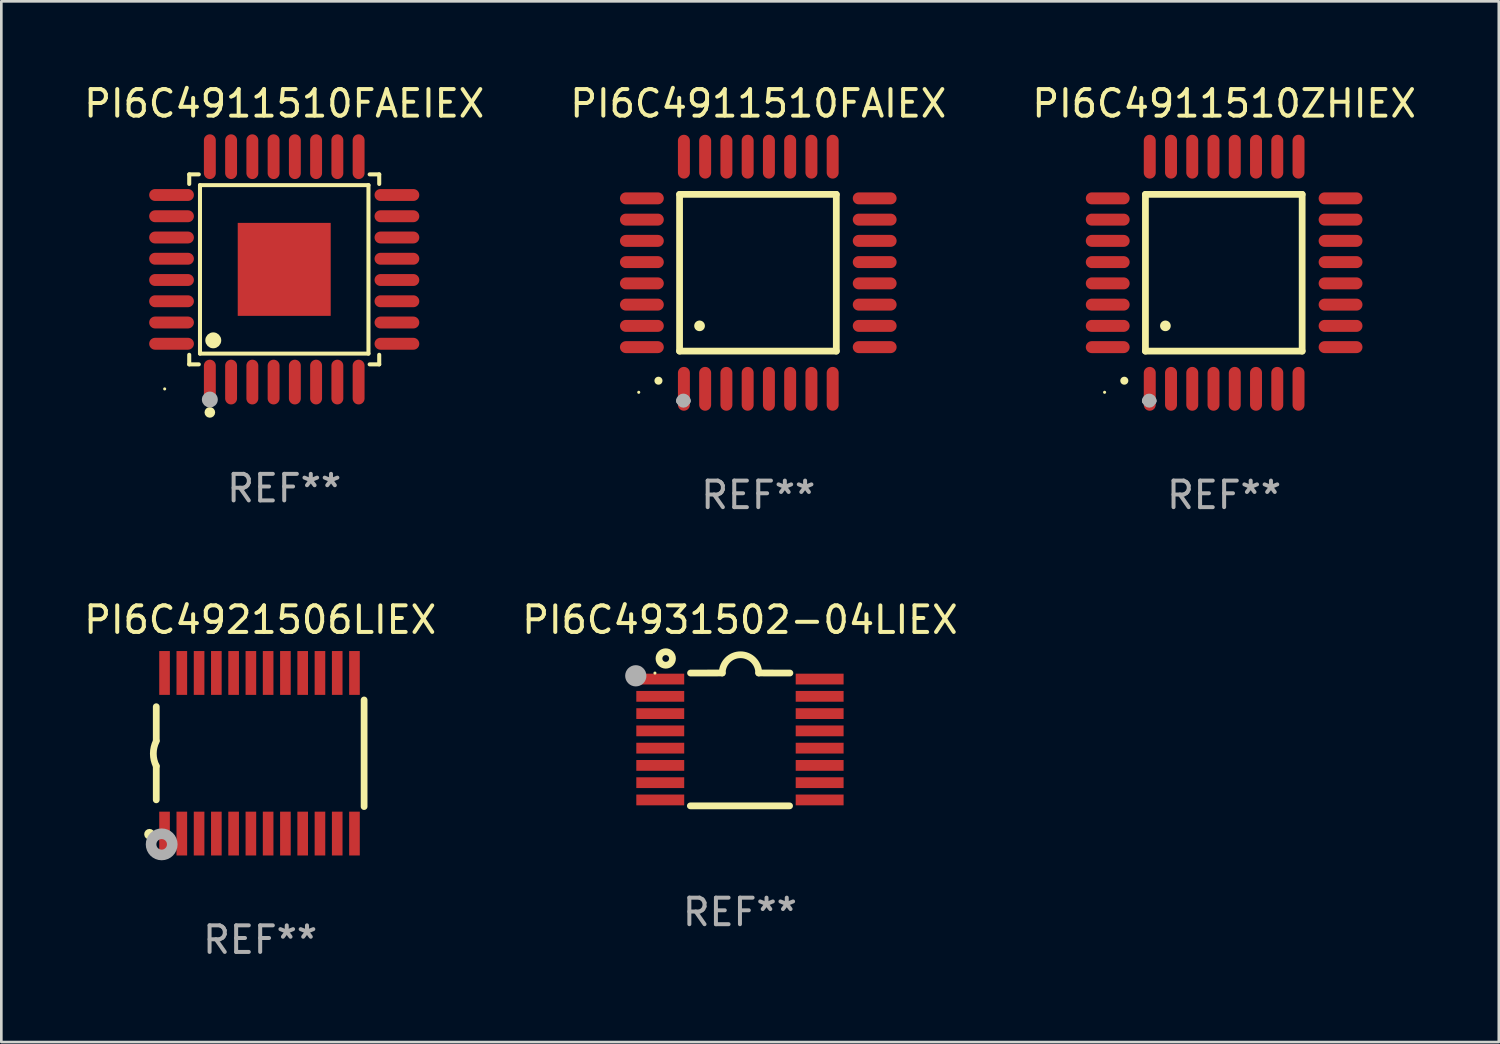
<source format=kicad_pcb>
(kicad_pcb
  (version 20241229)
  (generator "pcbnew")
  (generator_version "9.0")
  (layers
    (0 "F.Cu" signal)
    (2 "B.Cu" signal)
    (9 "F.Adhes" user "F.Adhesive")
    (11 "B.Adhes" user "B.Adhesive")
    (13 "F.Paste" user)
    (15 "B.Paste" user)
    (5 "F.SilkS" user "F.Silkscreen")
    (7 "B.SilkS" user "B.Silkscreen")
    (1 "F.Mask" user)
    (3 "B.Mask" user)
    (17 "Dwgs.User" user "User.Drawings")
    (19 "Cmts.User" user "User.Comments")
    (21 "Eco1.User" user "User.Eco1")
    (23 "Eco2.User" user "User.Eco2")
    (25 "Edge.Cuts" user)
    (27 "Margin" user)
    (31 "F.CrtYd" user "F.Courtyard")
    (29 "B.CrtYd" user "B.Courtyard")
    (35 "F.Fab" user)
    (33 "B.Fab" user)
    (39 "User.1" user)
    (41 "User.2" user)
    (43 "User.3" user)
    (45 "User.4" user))
  (footprint "PI6C4921506LIEX"
    (layer "F.Cu")
    (at 6.744 25.305)
    (property "Reference" "PI6C4921506LIEX" (at 0 -5.023 0) (layer "F.SilkS") (effects (font (size 1 1) (thickness 0.15))))
    (attr through_hole)
    (fp_line (start -3.912 -0.483) (end -3.912 -1.753) (stroke (width 0.254) (type solid)) (layer "F.SilkS"))
    (fp_line (start -3.912 1.753) (end -3.912 0.483) (stroke (width 0.254) (type solid)) (layer "F.SilkS"))
    (fp_line (start 3.912 -2.007) (end 3.912 2.007) (stroke (width 0.254) (type solid)) (layer "F.SilkS"))
    (fp_arc (start -3.911608 0.482601) (mid -4.022537 0.0127) (end -3.911608 -0.457201) (stroke (width 0.254001) (type solid)) (layer "F.SilkS"))
    (fp_circle (center -4.166 3.048) (end -4.066 3.048) (stroke (width 0.2) (type solid)) (fill no) (layer "F.SilkS"))
    (fp_circle (center -3.925 3.186) (end -3.895 3.186) (stroke (width 0.06) (type solid)) (fill no) (layer "F.SilkS"))
    (fp_circle (center -3.708 3.429) (end -3.509 3.429) (stroke (width 0.4) (type solid)) (fill no) (layer "F.Fab"))
    (fp_text user "REF**" (at 0 7.023 0) (layer "F.Fab") (effects (font (size 1 1) (thickness 0.15))))
    (pad "1" smd rect (at -3.6 3.023) (size 0.4 1.65) (layers "F.Cu" "F.Mask" "F.Paste"))
    (pad "2" smd rect (at -2.95 3.023) (size 0.4 1.65) (layers "F.Cu" "F.Mask" "F.Paste"))
    (pad "3" smd rect (at -2.3 3.023) (size 0.4 1.65) (layers "F.Cu" "F.Mask" "F.Paste"))
    (pad "4" smd rect (at -1.65 3.023) (size 0.4 1.65) (layers "F.Cu" "F.Mask" "F.Paste"))
    (pad "5" smd rect (at -1 3.023) (size 0.4 1.65) (layers "F.Cu" "F.Mask" "F.Paste"))
    (pad "6" smd rect (at -0.35 3.023) (size 0.4 1.65) (layers "F.Cu" "F.Mask" "F.Paste"))
    (pad "7" smd rect (at 0.299 3.023) (size 0.4 1.65) (layers "F.Cu" "F.Mask" "F.Paste"))
    (pad "8" smd rect (at 0.95 3.023) (size 0.4 1.65) (layers "F.Cu" "F.Mask" "F.Paste"))
    (pad "9" smd rect (at 1.6 3.023) (size 0.4 1.65) (layers "F.Cu" "F.Mask" "F.Paste"))
    (pad "10" smd rect (at 2.25 3.023) (size 0.4 1.65) (layers "F.Cu" "F.Mask" "F.Paste"))
    (pad "11" smd rect (at 2.9 3.023) (size 0.4 1.65) (layers "F.Cu" "F.Mask" "F.Paste"))
    (pad "12" smd rect (at 3.549 3.023) (size 0.4 1.65) (layers "F.Cu" "F.Mask" "F.Paste"))
    (pad "13" smd rect (at 3.549 -3.023) (size 0.4 1.65) (layers "F.Cu" "F.Mask" "F.Paste"))
    (pad "14" smd rect (at 2.9 -3.023) (size 0.4 1.65) (layers "F.Cu" "F.Mask" "F.Paste"))
    (pad "15" smd rect (at 2.25 -3.023) (size 0.4 1.65) (layers "F.Cu" "F.Mask" "F.Paste"))
    (pad "16" smd rect (at 1.6 -3.023) (size 0.4 1.65) (layers "F.Cu" "F.Mask" "F.Paste"))
    (pad "17" smd rect (at 0.95 -3.023) (size 0.4 1.65) (layers "F.Cu" "F.Mask" "F.Paste"))
    (pad "18" smd rect (at 0.299 -3.023) (size 0.4 1.65) (layers "F.Cu" "F.Mask" "F.Paste"))
    (pad "19" smd rect (at -0.35 -3.023) (size 0.4 1.65) (layers "F.Cu" "F.Mask" "F.Paste"))
    (pad "20" smd rect (at -1 -3.023) (size 0.4 1.65) (layers "F.Cu" "F.Mask" "F.Paste"))
    (pad "21" smd rect (at -1.65 -3.023) (size 0.4 1.65) (layers "F.Cu" "F.Mask" "F.Paste"))
    (pad "22" smd rect (at -2.3 -3.023) (size 0.4 1.65) (layers "F.Cu" "F.Mask" "F.Paste"))
    (pad "23" smd rect (at -2.95 -3.023) (size 0.4 1.65) (layers "F.Cu" "F.Mask" "F.Paste"))
    (pad "24" smd rect (at -3.6 -3.023) (size 0.4 1.65) (layers "F.Cu" "F.Mask" "F.Paste")))
  (footprint "PI6C4931502-04LIEX"
    (layer "F.Cu")
    (at 24.804 24.784)
    (property "Reference" "PI6C4931502-04LIEX" (at 0 -4.501 0) (layer "F.SilkS") (effects (font (size 1 1) (thickness 0.15))))
    (attr through_hole)
    (fp_line (start -1.868 2.501) (end 1.868 2.501) (stroke (width 0.254) (type solid)) (layer "F.SilkS"))
    (fp_line (start -1.86 -2.499) (end -0.666 -2.501) (stroke (width 0.254) (type solid)) (layer "F.SilkS"))
    (fp_line (start 0.706 -2.501) (end 1.88 -2.499) (stroke (width 0.254) (type solid)) (layer "F.SilkS"))
    (fp_arc (start -0.665914 -2.501448) (mid 0.019888 -3.18725) (end 0.70569 -2.501448) (stroke (width 0.254001) (type solid)) (layer "F.SilkS"))
    (fp_circle (center -3.2 -2.497) (end -3.17 -2.497) (stroke (width 0.06) (type solid)) (fill no) (layer "F.SilkS"))
    (fp_circle (center -2.794 -3.047) (end -2.54 -3.047) (stroke (width 0.254) (type solid)) (fill no) (layer "F.SilkS"))
    (fp_circle (center -3.921 -2.395) (end -3.721 -2.395) (stroke (width 0.4) (type solid)) (fill no) (layer "F.Fab"))
    (fp_text user "REF**" (at 0 6.501 0) (layer "F.Fab") (effects (font (size 1 1) (thickness 0.15))))
    (pad "1" smd rect (at -3 -2.272) (size 1.803 0.406) (layers "F.Cu" "F.Mask" "F.Paste"))
    (pad "2" smd rect (at -3 -1.622) (size 1.803 0.406) (layers "F.Cu" "F.Mask" "F.Paste"))
    (pad "3" smd rect (at -3 -0.972) (size 1.803 0.406) (layers "F.Cu" "F.Mask" "F.Paste"))
    (pad "4" smd rect (at -3 -0.322) (size 1.803 0.406) (layers "F.Cu" "F.Mask" "F.Paste"))
    (pad "5" smd rect (at -3 0.328) (size 1.803 0.406) (layers "F.Cu" "F.Mask" "F.Paste"))
    (pad "6" smd rect (at -3 0.978) (size 1.803 0.406) (layers "F.Cu" "F.Mask" "F.Paste"))
    (pad "7" smd rect (at -3 1.628) (size 1.803 0.406) (layers "F.Cu" "F.Mask" "F.Paste"))
    (pad "8" smd rect (at -3 2.278) (size 1.803 0.406) (layers "F.Cu" "F.Mask" "F.Paste"))
    (pad "9" smd rect (at 3 2.278) (size 1.803 0.406) (layers "F.Cu" "F.Mask" "F.Paste"))
    (pad "10" smd rect (at 3 1.628) (size 1.803 0.406) (layers "F.Cu" "F.Mask" "F.Paste"))
    (pad "11" smd rect (at 3 0.978) (size 1.803 0.406) (layers "F.Cu" "F.Mask" "F.Paste"))
    (pad "12" smd rect (at 3 0.328) (size 1.803 0.406) (layers "F.Cu" "F.Mask" "F.Paste"))
    (pad "13" smd rect (at 3 -0.322) (size 1.803 0.406) (layers "F.Cu" "F.Mask" "F.Paste"))
    (pad "14" smd rect (at 3 -0.972) (size 1.803 0.406) (layers "F.Cu" "F.Mask" "F.Paste"))
    (pad "15" smd rect (at 3 -1.622) (size 1.803 0.406) (layers "F.Cu" "F.Mask" "F.Paste"))
    (pad "16" smd rect (at 3 -2.272) (size 1.803 0.406) (layers "F.Cu" "F.Mask" "F.Paste")))
  (footprint "PI6C4911510FAIEX"
    (layer "F.Cu")
    (at 25.494 7.217)
    (property "Reference" "PI6C4911510FAIEX" (at 0 -6.369 0) (layer "F.SilkS") (effects (font (size 1 1) (thickness 0.15))))
    (attr through_hole)
    (fp_line (start -2.963 -2.95) (end -2.963 2.95) (stroke (width 0.254) (type solid)) (layer "F.SilkS"))
    (fp_line (start -2.963 2.95) (end 2.937 2.95) (stroke (width 0.254) (type solid)) (layer "F.SilkS"))
    (fp_line (start 2.937 -2.95) (end -2.963 -2.95) (stroke (width 0.254) (type solid)) (layer "F.SilkS"))
    (fp_line (start 2.937 2.95) (end 2.937 -2.95) (stroke (width 0.254) (type solid)) (layer "F.SilkS"))
    (fp_arc (start -3.759208 4.064008) (mid -3.757938 4.064003) (end -3.756668 4.064008) (stroke (width 0.3) (type solid)) (layer "F.SilkS"))
    (fp_arc (start -2.212344 1.998984) (mid -2.211074 1.99898) (end -2.209804 1.998984) (stroke (width 0.4) (type solid)) (layer "F.SilkS"))
    (fp_circle (center -4.5 4.5) (end -4.47 4.5) (stroke (width 0.06) (type solid)) (fill no) (layer "F.SilkS"))
    (fp_arc (start -2.967489 4.82601) (mid -2.819406 4.677927) (end -2.671323 4.82601) (stroke (width 0.254001) (type solid)) (layer "F.Fab"))
    (fp_arc (start -2.967488 4.82601) (mid -2.819406 4.791053) (end -2.671324 4.82601) (stroke (width 0.254001) (type solid)) (layer "F.Fab"))
    (fp_circle (center -2.819 4.826) (end -2.692 4.826) (stroke (width 0.254) (type solid)) (fill no) (layer "F.Fab"))
    (fp_text user "REF**" (at 0 8.369 0) (layer "F.Fab") (effects (font (size 1 1) (thickness 0.15))))
    (pad "1" smd oval (at -2.8 4.369) (size 0.45 1.65) (layers "F.Cu" "F.Mask" "F.Paste"))
    (pad "2" smd oval (at -2 4.369) (size 0.45 1.65) (layers "F.Cu" "F.Mask" "F.Paste"))
    (pad "3" smd oval (at -1.2 4.369) (size 0.45 1.65) (layers "F.Cu" "F.Mask" "F.Paste"))
    (pad "4" smd oval (at -0.4 4.369) (size 0.45 1.65) (layers "F.Cu" "F.Mask" "F.Paste"))
    (pad "5" smd oval (at 0.4 4.369) (size 0.45 1.65) (layers "F.Cu" "F.Mask" "F.Paste"))
    (pad "6" smd oval (at 1.2 4.369) (size 0.45 1.65) (layers "F.Cu" "F.Mask" "F.Paste"))
    (pad "7" smd oval (at 2 4.369) (size 0.45 1.65) (layers "F.Cu" "F.Mask" "F.Paste"))
    (pad "8" smd oval (at 2.8 4.369) (size 0.45 1.65) (layers "F.Cu" "F.Mask" "F.Paste"))
    (pad "9" smd oval (at 4.382 2.8) (size 1.65 0.45) (layers "F.Cu" "F.Mask" "F.Paste"))
    (pad "10" smd oval (at 4.382 2) (size 1.65 0.45) (layers "F.Cu" "F.Mask" "F.Paste"))
    (pad "11" smd oval (at 4.382 1.2) (size 1.65 0.45) (layers "F.Cu" "F.Mask" "F.Paste"))
    (pad "12" smd oval (at 4.382 0.4) (size 1.65 0.45) (layers "F.Cu" "F.Mask" "F.Paste"))
    (pad "13" smd oval (at 4.382 -0.4) (size 1.65 0.45) (layers "F.Cu" "F.Mask" "F.Paste"))
    (pad "14" smd oval (at 4.382 -1.2) (size 1.65 0.45) (layers "F.Cu" "F.Mask" "F.Paste"))
    (pad "15" smd oval (at 4.382 -2) (size 1.65 0.45) (layers "F.Cu" "F.Mask" "F.Paste"))
    (pad "16" smd oval (at 4.382 -2.8) (size 1.65 0.45) (layers "F.Cu" "F.Mask" "F.Paste"))
    (pad "17" smd oval (at 2.8 -4.369) (size 0.45 1.65) (layers "F.Cu" "F.Mask" "F.Paste"))
    (pad "18" smd oval (at 2 -4.369) (size 0.45 1.65) (layers "F.Cu" "F.Mask" "F.Paste"))
    (pad "19" smd oval (at 1.2 -4.369) (size 0.45 1.65) (layers "F.Cu" "F.Mask" "F.Paste"))
    (pad "20" smd oval (at 0.4 -4.369) (size 0.45 1.65) (layers "F.Cu" "F.Mask" "F.Paste"))
    (pad "21" smd oval (at -0.4 -4.369) (size 0.45 1.65) (layers "F.Cu" "F.Mask" "F.Paste"))
    (pad "22" smd oval (at -1.2 -4.369) (size 0.45 1.65) (layers "F.Cu" "F.Mask" "F.Paste"))
    (pad "23" smd oval (at -2 -4.369) (size 0.45 1.65) (layers "F.Cu" "F.Mask" "F.Paste"))
    (pad "24" smd oval (at -2.8 -4.369) (size 0.45 1.65) (layers "F.Cu" "F.Mask" "F.Paste"))
    (pad "25" smd oval (at -4.382 -2.8) (size 1.65 0.45) (layers "F.Cu" "F.Mask" "F.Paste"))
    (pad "26" smd oval (at -4.382 -2) (size 1.65 0.45) (layers "F.Cu" "F.Mask" "F.Paste"))
    (pad "27" smd oval (at -4.382 -1.2) (size 1.65 0.45) (layers "F.Cu" "F.Mask" "F.Paste"))
    (pad "28" smd oval (at -4.382 -0.4) (size 1.65 0.45) (layers "F.Cu" "F.Mask" "F.Paste"))
    (pad "29" smd oval (at -4.382 0.4) (size 1.65 0.45) (layers "F.Cu" "F.Mask" "F.Paste"))
    (pad "30" smd oval (at -4.382 1.2) (size 1.65 0.45) (layers "F.Cu" "F.Mask" "F.Paste"))
    (pad "31" smd oval (at -4.382 2) (size 1.65 0.45) (layers "F.Cu" "F.Mask" "F.Paste"))
    (pad "32" smd oval (at -4.382 2.8) (size 1.65 0.45) (layers "F.Cu" "F.Mask" "F.Paste")))
  (footprint "PI6C4911510FAEIEX"
    (layer "F.Cu")
    (at 7.649 7.09)
    (property "Reference" "PI6C4911510FAEIEX" (at 0 -6.242 0) (layer "F.SilkS") (effects (font (size 1 1) (thickness 0.15))))
    (attr through_hole)
    (fp_line (start -3.576 -3.576) (end -3.215 -3.576) (stroke (width 0.152) (type solid)) (layer "F.SilkS"))
    (fp_line (start -3.576 -3.215) (end -3.576 -3.576) (stroke (width 0.152) (type solid)) (layer "F.SilkS"))
    (fp_line (start -3.576 3.215) (end -3.576 3.576) (stroke (width 0.152) (type solid)) (layer "F.SilkS"))
    (fp_line (start -3.576 3.576) (end -3.215 3.576) (stroke (width 0.152) (type solid)) (layer "F.SilkS"))
    (fp_line (start -3.171 -3.171) (end 3.171 -3.171) (stroke (width 0.152) (type solid)) (layer "F.SilkS"))
    (fp_line (start -3.171 3.171) (end -3.171 -3.171) (stroke (width 0.152) (type solid)) (layer "F.SilkS"))
    (fp_line (start 3.171 -3.171) (end 3.171 3.171) (stroke (width 0.152) (type solid)) (layer "F.SilkS"))
    (fp_line (start 3.171 3.171) (end -3.171 3.171) (stroke (width 0.152) (type solid)) (layer "F.SilkS"))
    (fp_line (start 3.576 -3.576) (end 3.215 -3.576) (stroke (width 0.152) (type solid)) (layer "F.SilkS"))
    (fp_line (start 3.576 -3.215) (end 3.576 -3.576) (stroke (width 0.152) (type solid)) (layer "F.SilkS"))
    (fp_line (start 3.576 3.215) (end 3.576 3.576) (stroke (width 0.152) (type solid)) (layer "F.SilkS"))
    (fp_line (start 3.576 3.576) (end 3.215 3.576) (stroke (width 0.152) (type solid)) (layer "F.SilkS"))
    (fp_circle (center -4.5 4.5) (end -4.47 4.5) (stroke (width 0.06) (type solid)) (fill no) (layer "F.SilkS"))
    (fp_circle (center -2.8 5.384) (end -2.7 5.384) (stroke (width 0.2) (type solid)) (fill no) (layer "F.SilkS"))
    (fp_circle (center -2.671 2.671) (end -2.521 2.671) (stroke (width 0.3) (type solid)) (fill no) (layer "F.SilkS"))
    (fp_circle (center -2.8 4.9) (end -2.65 4.9) (stroke (width 0.3) (type solid)) (fill no) (layer "F.Fab"))
    (fp_text user "REF**" (at 0 8.242 0) (layer "F.Fab") (effects (font (size 1 1) (thickness 0.15))))
    (pad "1" smd oval (at -2.8 4.242) (size 0.448 1.684) (layers "F.Cu" "F.Mask" "F.Paste"))
    (pad "2" smd oval (at -2 4.242) (size 0.448 1.684) (layers "F.Cu" "F.Mask" "F.Paste"))
    (pad "3" smd oval (at -1.2 4.242) (size 0.448 1.684) (layers "F.Cu" "F.Mask" "F.Paste"))
    (pad "4" smd oval (at -0.4 4.242) (size 0.448 1.684) (layers "F.Cu" "F.Mask" "F.Paste"))
    (pad "5" smd oval (at 0.4 4.242) (size 0.448 1.684) (layers "F.Cu" "F.Mask" "F.Paste"))
    (pad "6" smd oval (at 1.2 4.242) (size 0.448 1.684) (layers "F.Cu" "F.Mask" "F.Paste"))
    (pad "7" smd oval (at 2 4.242) (size 0.448 1.684) (layers "F.Cu" "F.Mask" "F.Paste"))
    (pad "8" smd oval (at 2.8 4.242) (size 0.448 1.684) (layers "F.Cu" "F.Mask" "F.Paste"))
    (pad "9" smd oval (at 4.242 2.8) (size 1.684 0.448) (layers "F.Cu" "F.Mask" "F.Paste"))
    (pad "10" smd oval (at 4.242 2) (size 1.684 0.448) (layers "F.Cu" "F.Mask" "F.Paste"))
    (pad "11" smd oval (at 4.242 1.2) (size 1.684 0.448) (layers "F.Cu" "F.Mask" "F.Paste"))
    (pad "12" smd oval (at 4.242 0.4) (size 1.684 0.448) (layers "F.Cu" "F.Mask" "F.Paste"))
    (pad "13" smd oval (at 4.242 -0.4) (size 1.684 0.448) (layers "F.Cu" "F.Mask" "F.Paste"))
    (pad "14" smd oval (at 4.242 -1.2) (size 1.684 0.448) (layers "F.Cu" "F.Mask" "F.Paste"))
    (pad "15" smd oval (at 4.242 -2) (size 1.684 0.448) (layers "F.Cu" "F.Mask" "F.Paste"))
    (pad "16" smd oval (at 4.242 -2.8) (size 1.684 0.448) (layers "F.Cu" "F.Mask" "F.Paste"))
    (pad "17" smd oval (at 2.8 -4.242) (size 0.448 1.684) (layers "F.Cu" "F.Mask" "F.Paste"))
    (pad "18" smd oval (at 2 -4.242) (size 0.448 1.684) (layers "F.Cu" "F.Mask" "F.Paste"))
    (pad "19" smd oval (at 1.2 -4.242) (size 0.448 1.684) (layers "F.Cu" "F.Mask" "F.Paste"))
    (pad "20" smd oval (at 0.4 -4.242) (size 0.448 1.684) (layers "F.Cu" "F.Mask" "F.Paste"))
    (pad "21" smd oval (at -0.4 -4.242) (size 0.448 1.684) (layers "F.Cu" "F.Mask" "F.Paste"))
    (pad "22" smd oval (at -1.2 -4.242) (size 0.448 1.684) (layers "F.Cu" "F.Mask" "F.Paste"))
    (pad "23" smd oval (at -2 -4.242) (size 0.448 1.684) (layers "F.Cu" "F.Mask" "F.Paste"))
    (pad "24" smd oval (at -2.8 -4.242) (size 0.448 1.684) (layers "F.Cu" "F.Mask" "F.Paste"))
    (pad "25" smd oval (at -4.242 -2.8) (size 1.684 0.448) (layers "F.Cu" "F.Mask" "F.Paste"))
    (pad "26" smd oval (at -4.242 -2) (size 1.684 0.448) (layers "F.Cu" "F.Mask" "F.Paste"))
    (pad "27" smd oval (at -4.242 -1.2) (size 1.684 0.448) (layers "F.Cu" "F.Mask" "F.Paste"))
    (pad "28" smd oval (at -4.242 -0.4) (size 1.684 0.448) (layers "F.Cu" "F.Mask" "F.Paste"))
    (pad "29" smd oval (at -4.242 0.4) (size 1.684 0.448) (layers "F.Cu" "F.Mask" "F.Paste"))
    (pad "30" smd oval (at -4.242 1.2) (size 1.684 0.448) (layers "F.Cu" "F.Mask" "F.Paste"))
    (pad "31" smd oval (at -4.242 2) (size 1.684 0.448) (layers "F.Cu" "F.Mask" "F.Paste"))
    (pad "32" smd oval (at -4.242 2.8) (size 1.684 0.448) (layers "F.Cu" "F.Mask" "F.Paste"))
    (pad "33" smd rect (at 0 0) (size 3.5 3.5) (layers "F.Cu" "F.Mask" "F.Paste")))
  (footprint "PI6C4911510ZHIEX"
    (layer "F.Cu")
    (at 43.03 7.217)
    (property "Reference" "PI6C4911510ZHIEX" (at 0 -6.369 0) (layer "F.SilkS") (effects (font (size 1 1) (thickness 0.15))))
    (attr through_hole)
    (fp_line (start -2.963 -2.95) (end -2.963 2.95) (stroke (width 0.254) (type solid)) (layer "F.SilkS"))
    (fp_line (start -2.963 2.95) (end 2.937 2.95) (stroke (width 0.254) (type solid)) (layer "F.SilkS"))
    (fp_line (start 2.937 -2.95) (end -2.963 -2.95) (stroke (width 0.254) (type solid)) (layer "F.SilkS"))
    (fp_line (start 2.937 2.95) (end 2.937 -2.95) (stroke (width 0.254) (type solid)) (layer "F.SilkS"))
    (fp_arc (start -3.759208 4.064008) (mid -3.757938 4.064003) (end -3.756668 4.064008) (stroke (width 0.3) (type solid)) (layer "F.SilkS"))
    (fp_arc (start -2.212344 1.998984) (mid -2.211074 1.99898) (end -2.209804 1.998984) (stroke (width 0.4) (type solid)) (layer "F.SilkS"))
    (fp_circle (center -4.5 4.5) (end -4.47 4.5) (stroke (width 0.06) (type solid)) (fill no) (layer "F.SilkS"))
    (fp_arc (start -2.967489 4.82601) (mid -2.819406 4.677927) (end -2.671323 4.82601) (stroke (width 0.254001) (type solid)) (layer "F.Fab"))
    (fp_arc (start -2.967488 4.82601) (mid -2.819406 4.791053) (end -2.671324 4.82601) (stroke (width 0.254001) (type solid)) (layer "F.Fab"))
    (fp_circle (center -2.819 4.826) (end -2.692 4.826) (stroke (width 0.254) (type solid)) (fill no) (layer "F.Fab"))
    (fp_text user "REF**" (at 0 8.369 0) (layer "F.Fab") (effects (font (size 1 1) (thickness 0.15))))
    (pad "1" smd oval (at -2.8 4.369) (size 0.45 1.65) (layers "F.Cu" "F.Mask" "F.Paste"))
    (pad "2" smd oval (at -2 4.369) (size 0.45 1.65) (layers "F.Cu" "F.Mask" "F.Paste"))
    (pad "3" smd oval (at -1.2 4.369) (size 0.45 1.65) (layers "F.Cu" "F.Mask" "F.Paste"))
    (pad "4" smd oval (at -0.4 4.369) (size 0.45 1.65) (layers "F.Cu" "F.Mask" "F.Paste"))
    (pad "5" smd oval (at 0.4 4.369) (size 0.45 1.65) (layers "F.Cu" "F.Mask" "F.Paste"))
    (pad "6" smd oval (at 1.2 4.369) (size 0.45 1.65) (layers "F.Cu" "F.Mask" "F.Paste"))
    (pad "7" smd oval (at 2 4.369) (size 0.45 1.65) (layers "F.Cu" "F.Mask" "F.Paste"))
    (pad "8" smd oval (at 2.8 4.369) (size 0.45 1.65) (layers "F.Cu" "F.Mask" "F.Paste"))
    (pad "9" smd oval (at 4.382 2.8) (size 1.65 0.45) (layers "F.Cu" "F.Mask" "F.Paste"))
    (pad "10" smd oval (at 4.382 2) (size 1.65 0.45) (layers "F.Cu" "F.Mask" "F.Paste"))
    (pad "11" smd oval (at 4.382 1.2) (size 1.65 0.45) (layers "F.Cu" "F.Mask" "F.Paste"))
    (pad "12" smd oval (at 4.382 0.4) (size 1.65 0.45) (layers "F.Cu" "F.Mask" "F.Paste"))
    (pad "13" smd oval (at 4.382 -0.4) (size 1.65 0.45) (layers "F.Cu" "F.Mask" "F.Paste"))
    (pad "14" smd oval (at 4.382 -1.2) (size 1.65 0.45) (layers "F.Cu" "F.Mask" "F.Paste"))
    (pad "15" smd oval (at 4.382 -2) (size 1.65 0.45) (layers "F.Cu" "F.Mask" "F.Paste"))
    (pad "16" smd oval (at 4.382 -2.8) (size 1.65 0.45) (layers "F.Cu" "F.Mask" "F.Paste"))
    (pad "17" smd oval (at 2.8 -4.369) (size 0.45 1.65) (layers "F.Cu" "F.Mask" "F.Paste"))
    (pad "18" smd oval (at 2 -4.369) (size 0.45 1.65) (layers "F.Cu" "F.Mask" "F.Paste"))
    (pad "19" smd oval (at 1.2 -4.369) (size 0.45 1.65) (layers "F.Cu" "F.Mask" "F.Paste"))
    (pad "20" smd oval (at 0.4 -4.369) (size 0.45 1.65) (layers "F.Cu" "F.Mask" "F.Paste"))
    (pad "21" smd oval (at -0.4 -4.369) (size 0.45 1.65) (layers "F.Cu" "F.Mask" "F.Paste"))
    (pad "22" smd oval (at -1.2 -4.369) (size 0.45 1.65) (layers "F.Cu" "F.Mask" "F.Paste"))
    (pad "23" smd oval (at -2 -4.369) (size 0.45 1.65) (layers "F.Cu" "F.Mask" "F.Paste"))
    (pad "24" smd oval (at -2.8 -4.369) (size 0.45 1.65) (layers "F.Cu" "F.Mask" "F.Paste"))
    (pad "25" smd oval (at -4.382 -2.8) (size 1.65 0.45) (layers "F.Cu" "F.Mask" "F.Paste"))
    (pad "26" smd oval (at -4.382 -2) (size 1.65 0.45) (layers "F.Cu" "F.Mask" "F.Paste"))
    (pad "27" smd oval (at -4.382 -1.2) (size 1.65 0.45) (layers "F.Cu" "F.Mask" "F.Paste"))
    (pad "28" smd oval (at -4.382 -0.4) (size 1.65 0.45) (layers "F.Cu" "F.Mask" "F.Paste"))
    (pad "29" smd oval (at -4.382 0.4) (size 1.65 0.45) (layers "F.Cu" "F.Mask" "F.Paste"))
    (pad "30" smd oval (at -4.382 1.2) (size 1.65 0.45) (layers "F.Cu" "F.Mask" "F.Paste"))
    (pad "31" smd oval (at -4.382 2) (size 1.65 0.45) (layers "F.Cu" "F.Mask" "F.Paste"))
    (pad "32" smd oval (at -4.382 2.8) (size 1.65 0.45) (layers "F.Cu" "F.Mask" "F.Paste")))
  (gr_rect
    (start -3 -3)
    (end 53.369 36.176)
    (stroke (width 0.1) (type default))
    (fill no)
    (layer "Edge.Cuts")))
</source>
